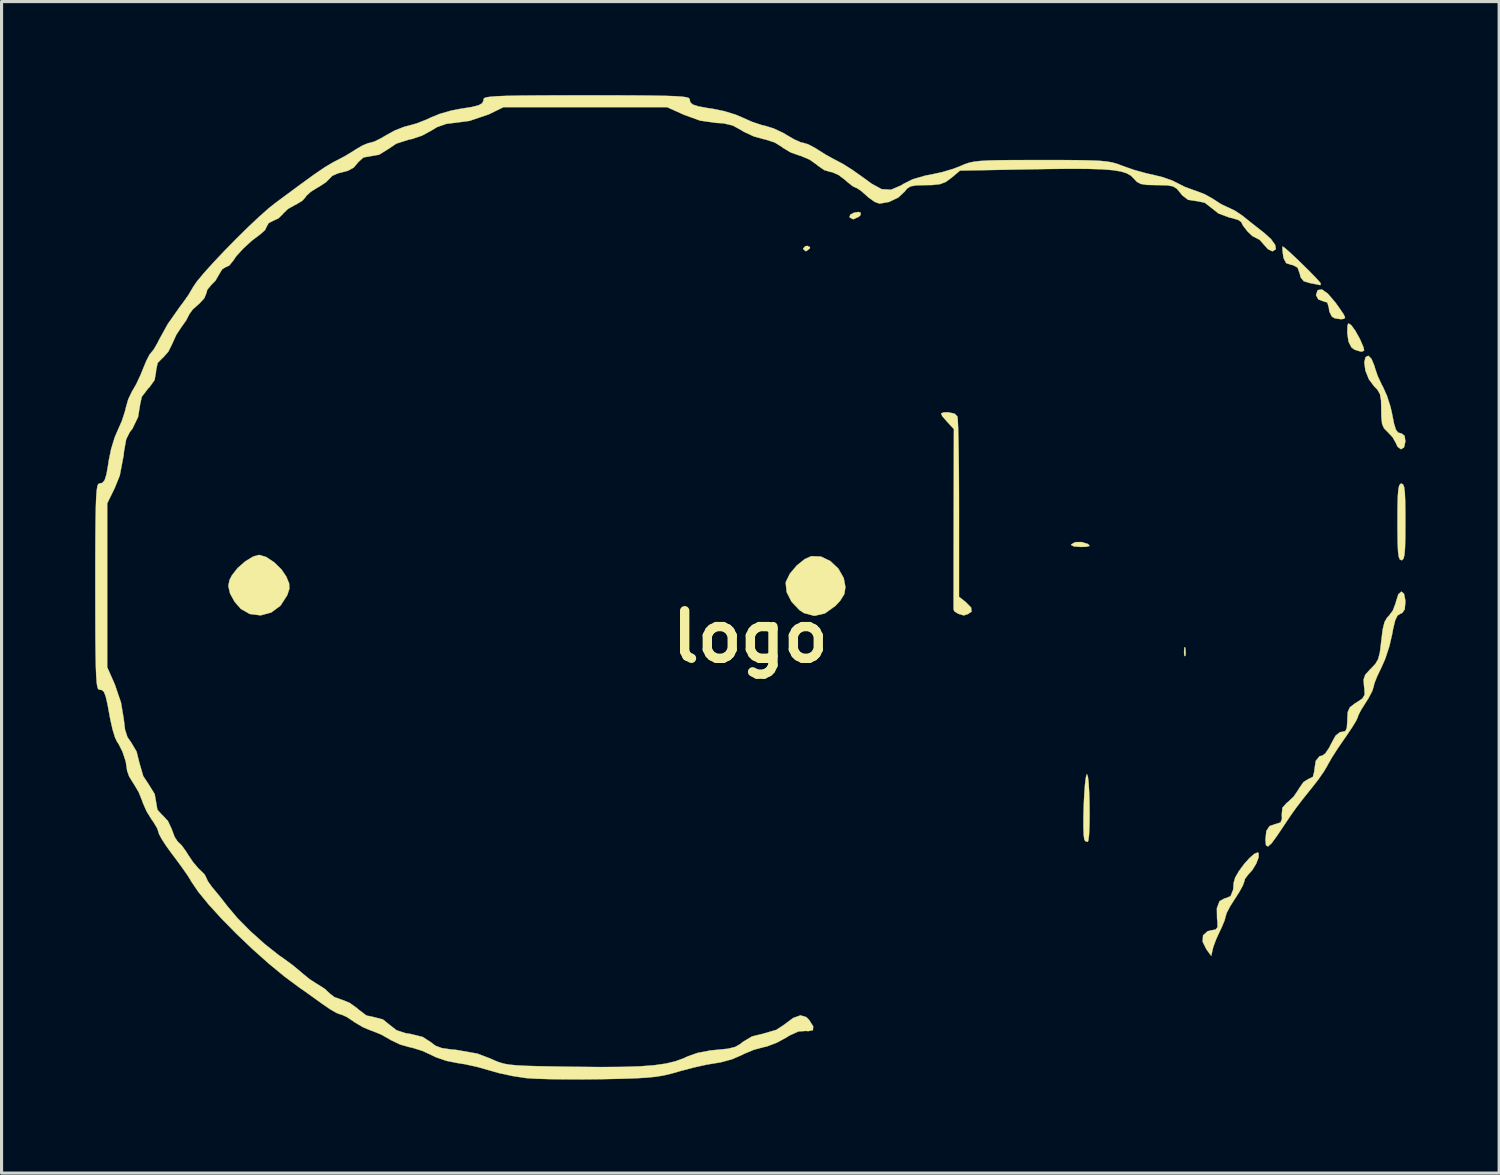
<source format=kicad_pcb>
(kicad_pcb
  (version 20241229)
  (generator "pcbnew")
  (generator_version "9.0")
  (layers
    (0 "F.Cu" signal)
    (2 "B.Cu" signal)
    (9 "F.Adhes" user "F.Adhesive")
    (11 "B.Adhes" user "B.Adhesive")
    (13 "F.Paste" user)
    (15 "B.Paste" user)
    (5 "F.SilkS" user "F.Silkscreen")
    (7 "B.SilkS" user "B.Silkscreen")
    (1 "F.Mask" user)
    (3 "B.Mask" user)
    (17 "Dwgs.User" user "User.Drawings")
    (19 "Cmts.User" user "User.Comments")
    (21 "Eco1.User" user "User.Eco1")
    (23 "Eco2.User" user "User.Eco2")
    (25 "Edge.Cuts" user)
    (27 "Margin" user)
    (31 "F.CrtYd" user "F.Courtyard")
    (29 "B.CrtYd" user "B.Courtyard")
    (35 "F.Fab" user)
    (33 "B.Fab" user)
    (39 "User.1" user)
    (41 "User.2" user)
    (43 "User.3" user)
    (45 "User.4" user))
  (footprint "logo"
    (layer "F.Cu")
    (at 21.002 17.362)
    (property "Reference" "logo" (at 0 0 0) (layer "F.SilkS") (effects (font (size 1.524 1.524) (thickness 0.3))))
    (attr through_hole)
    (fp_poly (pts (xy 1.913 -12.49) (xy 1.905 -12.446) (xy 1.797 -12.365) (xy 1.773 -12.361) (xy 1.696 -12.426) (xy 1.693 -12.446) (xy 1.762 -12.52) (xy 1.825 -12.531) (xy 1.913 -12.49)) (stroke (width 0.01) (type solid)) (fill yes) (layer "F.SilkS"))
    (fp_poly (pts (xy 13.94 0.347) (xy 13.944 0.361) (xy 13.956 0.546) (xy 13.941 0.615) (xy 13.913 0.618) (xy 13.902 0.486) (xy 13.902 0.466) (xy 13.914 0.334) (xy 13.94 0.347)) (stroke (width 0.01) (type solid)) (fill yes) (layer "F.SilkS"))
    (fp_poly (pts (xy 3.539 -13.592) (xy 3.527 -13.509) (xy 3.469 -13.459) (xy 3.298 -13.383) (xy 3.193 -13.435) (xy 3.179 -13.456) (xy 3.205 -13.532) (xy 3.326 -13.596) (xy 3.467 -13.618) (xy 3.539 -13.592)) (stroke (width 0.01) (type solid)) (fill yes) (layer "F.SilkS"))
    (fp_poly (pts (xy 10.819 -2.975) (xy 10.837 -2.963) (xy 10.873 -2.911) (xy 10.765 -2.885) (xy 10.6 -2.88) (xy 10.374 -2.896) (xy 10.283 -2.942) (xy 10.287 -2.963) (xy 10.415 -3.034) (xy 10.619 -3.037) (xy 10.819 -2.975)) (stroke (width 0.01) (type solid)) (fill yes) (layer "F.SilkS"))
    (fp_poly (pts (xy 19.24 -10.005) (xy 19.272 -9.975) (xy 19.391 -9.812) (xy 19.525 -9.573) (xy 19.564 -9.491) (xy 19.655 -9.278) (xy 19.675 -9.177) (xy 19.623 -9.146) (xy 19.56 -9.144) (xy 19.372 -9.201) (xy 19.268 -9.277) (xy 19.175 -9.46) (xy 19.135 -9.733) (xy 19.135 -9.761) (xy 19.141 -9.975) (xy 19.17 -10.047) (xy 19.24 -10.005)) (stroke (width 0.01) (type solid)) (fill yes) (layer "F.SilkS"))
    (fp_poly (pts (xy 18.511 -11) (xy 18.757 -10.712) (xy 18.882 -10.538) (xy 19.02 -10.334) (xy 19.065 -10.231) (xy 19.025 -10.192) (xy 18.93 -10.18) (xy 18.735 -10.209) (xy 18.641 -10.264) (xy 18.561 -10.424) (xy 18.542 -10.558) (xy 18.495 -10.715) (xy 18.37 -10.753) (xy 18.206 -10.814) (xy 18.132 -10.953) (xy 18.183 -11.105) (xy 18.19 -11.112) (xy 18.321 -11.134) (xy 18.511 -11)) (stroke (width 0.01) (type solid)) (fill yes) (layer "F.SilkS"))
    (fp_poly (pts (xy 2.262 -2.572) (xy 2.564 -2.428) (xy 2.82 -2.187) (xy 2.994 -1.882) (xy 3.048 -1.592) (xy 3.012 -1.368) (xy 2.881 -1.156) (xy 2.727 -0.991) (xy 2.39 -0.749) (xy 2.051 -0.671) (xy 1.72 -0.76) (xy 1.576 -0.854) (xy 1.32 -1.124) (xy 1.164 -1.432) (xy 1.134 -1.725) (xy 1.142 -1.766) (xy 1.266 -2.022) (xy 1.485 -2.282) (xy 1.743 -2.49) (xy 1.954 -2.584) (xy 2.262 -2.572)) (stroke (width 0.01) (type solid)) (fill yes) (layer "F.SilkS"))
    (fp_poly (pts (xy 10.82 4.481) (xy 10.844 4.69) (xy 10.861 4.991) (xy 10.872 5.345) (xy 10.875 5.715) (xy 10.87 6.061) (xy 10.857 6.345) (xy 10.835 6.528) (xy 10.816 6.575) (xy 10.735 6.548) (xy 10.707 6.499) (xy 10.686 6.357) (xy 10.676 6.102) (xy 10.677 5.775) (xy 10.687 5.413) (xy 10.704 5.056) (xy 10.727 4.743) (xy 10.754 4.513) (xy 10.784 4.406) (xy 10.79 4.402) (xy 10.82 4.481)) (stroke (width 0.01) (type solid)) (fill yes) (layer "F.SilkS"))
    (fp_poly (pts (xy -15.523 -2.559) (xy -15.265 -2.389) (xy -15.028 -2.157) (xy -14.876 -1.932) (xy -14.784 -1.71) (xy -14.775 -1.541) (xy -14.845 -1.332) (xy -14.846 -1.331) (xy -15.06 -0.999) (xy -15.356 -0.78) (xy -15.696 -0.687) (xy -16.044 -0.73) (xy -16.329 -0.892) (xy -16.528 -1.117) (xy -16.672 -1.377) (xy -16.681 -1.401) (xy -16.733 -1.633) (xy -16.694 -1.824) (xy -16.618 -1.97) (xy -16.434 -2.205) (xy -16.188 -2.42) (xy -15.936 -2.573) (xy -15.748 -2.625) (xy -15.523 -2.559)) (stroke (width 0.01) (type solid)) (fill yes) (layer "F.SilkS"))
    (fp_poly (pts (xy 17.125 -12.471) (xy 17.278 -12.338) (xy 17.487 -12.143) (xy 17.72 -11.918) (xy 17.948 -11.692) (xy 18.138 -11.496) (xy 18.26 -11.36) (xy 18.288 -11.316) (xy 18.267 -11.272) (xy 18.178 -11.292) (xy 17.988 -11.329) (xy 17.95 -11.335) (xy 17.74 -11.398) (xy 17.641 -11.52) (xy 17.611 -11.642) (xy 17.541 -11.835) (xy 17.391 -11.915) (xy 17.344 -11.922) (xy 17.177 -11.977) (xy 17.097 -12.128) (xy 17.079 -12.218) (xy 17.057 -12.41) (xy 17.058 -12.511) (xy 17.059 -12.513) (xy 17.125 -12.471)) (stroke (width 0.01) (type solid)) (fill yes) (layer "F.SilkS"))
    (fp_poly (pts (xy 20.921 -4.887) (xy 20.956 -4.801) (xy 20.979 -4.629) (xy 20.992 -4.346) (xy 20.997 -3.928) (xy 20.997 -3.683) (xy 20.995 -3.195) (xy 20.986 -2.853) (xy 20.968 -2.632) (xy 20.939 -2.509) (xy 20.896 -2.46) (xy 20.87 -2.455) (xy 20.82 -2.479) (xy 20.784 -2.565) (xy 20.762 -2.737) (xy 20.749 -3.02) (xy 20.744 -3.438) (xy 20.743 -3.683) (xy 20.746 -4.171) (xy 20.755 -4.513) (xy 20.773 -4.734) (xy 20.802 -4.857) (xy 20.845 -4.906) (xy 20.87 -4.911) (xy 20.921 -4.887)) (stroke (width 0.01) (type solid)) (fill yes) (layer "F.SilkS"))
    (fp_poly (pts (xy 6.547 -7.152) (xy 6.637 -7.063) (xy 6.65 -6.948) (xy 6.661 -6.686) (xy 6.671 -6.295) (xy 6.679 -5.798) (xy 6.685 -5.216) (xy 6.688 -4.568) (xy 6.689 -4.106) (xy 6.689 -1.282) (xy 6.9 -1.116) (xy 7.076 -0.939) (xy 7.091 -0.808) (xy 6.978 -0.729) (xy 6.855 -0.689) (xy 6.83 -0.687) (xy 6.748 -0.714) (xy 6.668 -0.736) (xy 6.54 -0.816) (xy 6.516 -0.874) (xy 6.516 -0.98) (xy 6.515 -1.234) (xy 6.516 -1.617) (xy 6.516 -2.108) (xy 6.517 -2.686) (xy 6.518 -3.331) (xy 6.519 -3.816) (xy 6.525 -6.657) (xy 6.311 -6.889) (xy 6.152 -7.07) (xy 6.115 -7.161) (xy 6.203 -7.193) (xy 6.341 -7.197) (xy 6.547 -7.152)) (stroke (width 0.01) (type solid)) (fill yes) (layer "F.SilkS"))
    (fp_poly (pts (xy 19.91 -8.91) (xy 20.003 -8.688) (xy 20.029 -8.593) (xy 20.111 -8.357) (xy 20.24 -8.08) (xy 20.283 -8.001) (xy 20.41 -7.717) (xy 20.521 -7.367) (xy 20.566 -7.171) (xy 20.631 -6.84) (xy 20.691 -6.643) (xy 20.761 -6.548) (xy 20.856 -6.52) (xy 20.875 -6.519) (xy 20.971 -6.443) (xy 20.997 -6.265) (xy 20.954 -6.071) (xy 20.854 -6.011) (xy 20.745 -6.093) (xy 20.697 -6.202) (xy 20.59 -6.393) (xy 20.43 -6.563) (xy 20.314 -6.68) (xy 20.251 -6.823) (xy 20.227 -7.045) (xy 20.224 -7.274) (xy 20.217 -7.583) (xy 20.182 -7.78) (xy 20.099 -7.923) (xy 19.991 -8.035) (xy 19.826 -8.257) (xy 19.716 -8.533) (xy 19.68 -8.797) (xy 19.721 -8.965) (xy 19.81 -9.009) (xy 19.91 -8.91)) (stroke (width 0.01) (type solid)) (fill yes) (layer "F.SilkS"))
    (fp_poly (pts (xy 16.292 6.932) (xy 16.293 7.069) (xy 16.215 7.274) (xy 16.086 7.484) (xy 15.965 7.615) (xy 15.855 7.761) (xy 15.833 7.844) (xy 15.787 7.973) (xy 15.669 8.188) (xy 15.536 8.394) (xy 15.379 8.641) (xy 15.272 8.845) (xy 15.24 8.945) (xy 15.203 9.089) (xy 15.11 9.313) (xy 15.057 9.423) (xy 14.933 9.691) (xy 14.842 9.937) (xy 14.824 10.003) (xy 14.774 10.228) (xy 14.621 10.022) (xy 14.498 9.775) (xy 14.512 9.57) (xy 14.655 9.439) (xy 14.763 9.413) (xy 14.916 9.383) (xy 14.976 9.308) (xy 14.973 9.137) (xy 14.96 9.036) (xy 14.955 8.699) (xy 15.04 8.475) (xy 15.206 8.383) (xy 15.234 8.382) (xy 15.394 8.314) (xy 15.478 8.103) (xy 15.494 7.882) (xy 15.54 7.722) (xy 15.659 7.514) (xy 15.821 7.294) (xy 15.996 7.097) (xy 16.154 6.958) (xy 16.266 6.914) (xy 16.292 6.932)) (stroke (width 0.01) (type solid)) (fill yes) (layer "F.SilkS"))
    (fp_poly (pts (xy 20.953 -1.381) (xy 20.996 -1.162) (xy 20.997 -1.111) (xy 20.975 -0.877) (xy 20.895 -0.763) (xy 20.837 -0.74) (xy 20.743 -0.678) (xy 20.67 -0.527) (xy 20.604 -0.254) (xy 20.574 -0.086) (xy 20.483 0.306) (xy 20.35 0.71) (xy 20.226 0.991) (xy 20.096 1.26) (xy 20.006 1.485) (xy 19.98 1.596) (xy 19.934 1.743) (xy 19.817 1.964) (xy 19.726 2.108) (xy 19.583 2.335) (xy 19.491 2.512) (xy 19.472 2.574) (xy 19.425 2.681) (xy 19.3 2.887) (xy 19.122 3.154) (xy 19.048 3.26) (xy 18.835 3.569) (xy 18.648 3.861) (xy 18.52 4.083) (xy 18.501 4.121) (xy 18.383 4.322) (xy 18.194 4.592) (xy 17.973 4.874) (xy 17.965 4.883) (xy 17.725 5.182) (xy 17.494 5.483) (xy 17.329 5.715) (xy 17.136 6.003) (xy 16.939 6.297) (xy 16.894 6.364) (xy 16.711 6.617) (xy 16.592 6.722) (xy 16.529 6.683) (xy 16.511 6.503) (xy 16.541 6.223) (xy 16.642 6.068) (xy 16.841 6) (xy 16.849 5.999) (xy 16.996 5.952) (xy 17.041 5.832) (xy 17.035 5.706) (xy 17.055 5.481) (xy 17.195 5.323) (xy 17.229 5.3) (xy 17.417 5.123) (xy 17.576 4.887) (xy 17.585 4.868) (xy 17.731 4.657) (xy 17.893 4.556) (xy 17.9 4.555) (xy 18.033 4.489) (xy 18.078 4.314) (xy 18.079 4.276) (xy 18.123 3.981) (xy 18.243 3.83) (xy 18.331 3.81) (xy 18.431 3.739) (xy 18.554 3.557) (xy 18.618 3.429) (xy 18.758 3.172) (xy 18.896 3.059) (xy 18.961 3.048) (xy 19.069 3.025) (xy 19.12 2.926) (xy 19.135 2.708) (xy 19.135 2.664) (xy 19.149 2.415) (xy 19.215 2.264) (xy 19.372 2.141) (xy 19.431 2.106) (xy 19.619 1.979) (xy 19.692 1.856) (xy 19.683 1.663) (xy 19.674 1.602) (xy 19.656 1.377) (xy 19.71 1.217) (xy 19.868 1.043) (xy 19.893 1.02) (xy 20.035 0.87) (xy 20.124 0.716) (xy 20.179 0.505) (xy 20.219 0.184) (xy 20.226 0.121) (xy 20.271 -0.241) (xy 20.329 -0.474) (xy 20.414 -0.619) (xy 20.463 -0.665) (xy 20.595 -0.841) (xy 20.688 -1.087) (xy 20.695 -1.122) (xy 20.771 -1.362) (xy 20.867 -1.448) (xy 20.953 -1.381)) (stroke (width 0.01) (type solid)) (fill yes) (layer "F.SilkS"))
    (fp_poly (pts (xy -4.402 -17.356) (xy -3.709 -17.353) (xy -3.156 -17.348) (xy -2.728 -17.34) (xy -2.411 -17.329) (xy -2.188 -17.314) (xy -2.047 -17.294) (xy -1.972 -17.269) (xy -1.947 -17.238) (xy -1.947 -17.235) (xy -1.925 -17.132) (xy -1.838 -17.058) (xy -1.654 -17) (xy -1.343 -16.944) (xy -1.204 -16.924) (xy -0.836 -16.849) (xy -0.47 -16.736) (xy -0.247 -16.641) (xy 0.057 -16.506) (xy 0.367 -16.403) (xy 0.473 -16.379) (xy 0.746 -16.295) (xy 1.054 -16.151) (xy 1.179 -16.076) (xy 1.419 -15.937) (xy 1.621 -15.849) (xy 1.696 -15.833) (xy 1.851 -15.787) (xy 2.069 -15.673) (xy 2.153 -15.62) (xy 2.42 -15.452) (xy 2.685 -15.305) (xy 2.736 -15.281) (xy 2.981 -15.15) (xy 3.28 -14.96) (xy 3.663 -14.689) (xy 3.887 -14.524) (xy 4.207 -14.349) (xy 4.512 -14.331) (xy 4.837 -14.471) (xy 4.906 -14.516) (xy 5.207 -14.666) (xy 5.605 -14.782) (xy 5.767 -14.812) (xy 6.14 -14.892) (xy 6.517 -15.004) (xy 6.741 -15.092) (xy 6.875 -15.15) (xy 7.009 -15.195) (xy 7.165 -15.229) (xy 7.367 -15.252) (xy 7.638 -15.268) (xy 8.001 -15.277) (xy 8.48 -15.281) (xy 9.098 -15.282) (xy 9.313 -15.282) (xy 9.979 -15.282) (xy 10.499 -15.278) (xy 10.898 -15.27) (xy 11.199 -15.257) (xy 11.426 -15.235) (xy 11.604 -15.204) (xy 11.755 -15.161) (xy 11.904 -15.106) (xy 11.938 -15.092) (xy 12.306 -14.963) (xy 12.714 -14.851) (xy 12.896 -14.812) (xy 13.221 -14.732) (xy 13.521 -14.626) (xy 13.658 -14.557) (xy 13.928 -14.422) (xy 14.232 -14.31) (xy 14.266 -14.3) (xy 14.559 -14.189) (xy 14.831 -14.037) (xy 14.859 -14.017) (xy 15.09 -13.868) (xy 15.31 -13.764) (xy 15.325 -13.759) (xy 15.53 -13.661) (xy 15.764 -13.505) (xy 15.806 -13.472) (xy 16.034 -13.289) (xy 16.314 -13.069) (xy 16.462 -12.954) (xy 16.69 -12.748) (xy 16.822 -12.563) (xy 16.846 -12.426) (xy 16.752 -12.363) (xy 16.724 -12.361) (xy 16.591 -12.426) (xy 16.46 -12.573) (xy 16.326 -12.725) (xy 16.21 -12.785) (xy 16.09 -12.847) (xy 15.934 -12.997) (xy 15.794 -13.178) (xy 15.732 -13.299) (xy 15.638 -13.363) (xy 15.439 -13.422) (xy 15.366 -13.436) (xy 15.003 -13.571) (xy 14.804 -13.73) (xy 14.566 -13.915) (xy 14.287 -13.97) (xy 14.277 -13.97) (xy 14.03 -14.008) (xy 13.846 -14.15) (xy 13.787 -14.224) (xy 13.674 -14.36) (xy 13.555 -14.436) (xy 13.377 -14.47) (xy 13.091 -14.478) (xy 13.029 -14.478) (xy 12.713 -14.485) (xy 12.515 -14.516) (xy 12.388 -14.585) (xy 12.297 -14.683) (xy 12.201 -14.78) (xy 12.068 -14.856) (xy 11.882 -14.915) (xy 11.624 -14.957) (xy 11.278 -14.985) (xy 10.825 -14.999) (xy 10.249 -15.002) (xy 9.532 -14.995) (xy 9.012 -14.986) (xy 6.721 -14.944) (xy 6.444 -14.711) (xy 6.262 -14.578) (xy 6.076 -14.508) (xy 5.821 -14.481) (xy 5.626 -14.478) (xy 5.321 -14.471) (xy 5.136 -14.438) (xy 5.022 -14.366) (xy 4.949 -14.273) (xy 4.743 -14.08) (xy 4.445 -13.939) (xy 4.139 -13.885) (xy 3.985 -13.942) (xy 3.788 -14.082) (xy 3.725 -14.139) (xy 3.547 -14.296) (xy 3.411 -14.386) (xy 3.383 -14.393) (xy 3.276 -14.447) (xy 3.105 -14.583) (xy 3.035 -14.647) (xy 2.822 -14.807) (xy 2.617 -14.895) (xy 2.566 -14.901) (xy 2.372 -14.959) (xy 2.164 -15.102) (xy 2.139 -15.126) (xy 1.903 -15.294) (xy 1.616 -15.416) (xy 1.571 -15.427) (xy 1.291 -15.527) (xy 1.047 -15.673) (xy 1.016 -15.7) (xy 0.781 -15.845) (xy 0.477 -15.943) (xy 0.423 -15.953) (xy 0.104 -16.042) (xy -0.215 -16.192) (xy -0.285 -16.236) (xy -0.561 -16.388) (xy -0.861 -16.459) (xy -1.092 -16.473) (xy -1.609 -16.546) (xy -2.119 -16.73) (xy -2.667 -16.976) (xy -7.916 -16.976) (xy -8.382 -16.748) (xy -9.003 -16.537) (xy -9.37 -16.489) (xy -9.749 -16.442) (xy -10.041 -16.338) (xy -10.232 -16.223) (xy -10.524 -16.065) (xy -10.844 -15.957) (xy -10.937 -15.94) (xy -11.35 -15.808) (xy -11.581 -15.651) (xy -11.898 -15.454) (xy -12.151 -15.409) (xy -12.403 -15.365) (xy -12.571 -15.212) (xy -12.579 -15.201) (xy -12.716 -15.039) (xy -12.903 -14.937) (xy -13.199 -14.861) (xy -13.218 -14.857) (xy -13.402 -14.775) (xy -13.483 -14.691) (xy -13.601 -14.573) (xy -13.807 -14.436) (xy -13.879 -14.396) (xy -14.093 -14.263) (xy -14.235 -14.131) (xy -14.255 -14.097) (xy -14.362 -13.977) (xy -14.561 -13.857) (xy -14.601 -13.839) (xy -14.82 -13.716) (xy -14.969 -13.575) (xy -14.981 -13.557) (xy -15.126 -13.413) (xy -15.28 -13.343) (xy -15.44 -13.261) (xy -15.494 -13.166) (xy -15.559 -13.035) (xy -15.706 -12.904) (xy -15.98 -12.697) (xy -16.255 -12.445) (xy -16.479 -12.2) (xy -16.586 -12.044) (xy -16.707 -11.898) (xy -16.811 -11.853) (xy -16.93 -11.782) (xy -17.024 -11.626) (xy -17.147 -11.413) (xy -17.276 -11.282) (xy -17.407 -11.127) (xy -17.441 -11.004) (xy -17.505 -10.85) (xy -17.663 -10.68) (xy -17.694 -10.655) (xy -17.877 -10.49) (xy -17.99 -10.331) (xy -17.997 -10.314) (xy -18.084 -10.144) (xy -18.228 -9.94) (xy -18.239 -9.927) (xy -18.401 -9.68) (xy -18.529 -9.398) (xy -18.534 -9.384) (xy -18.656 -9.14) (xy -18.821 -8.953) (xy -18.843 -8.937) (xy -18.998 -8.779) (xy -19.049 -8.543) (xy -19.05 -8.499) (xy -19.096 -8.232) (xy -19.259 -8.003) (xy -19.304 -7.959) (xy -19.507 -7.694) (xy -19.558 -7.465) (xy -19.626 -7.046) (xy -19.808 -6.668) (xy -19.892 -6.562) (xy -20.007 -6.332) (xy -20.077 -5.945) (xy -20.087 -5.83) (xy -20.213 -5.168) (xy -20.373 -4.772) (xy -20.616 -4.276) (xy -20.616 0.974) (xy -20.373 1.524) (xy -20.174 2.106) (xy -20.087 2.625) (xy -20.044 2.976) (xy -19.968 3.214) (xy -19.845 3.391) (xy -19.674 3.68) (xy -19.588 4.026) (xy -19.461 4.466) (xy -19.291 4.723) (xy -19.094 5.041) (xy -19.05 5.293) (xy -19.007 5.544) (xy -18.854 5.713) (xy -18.839 5.722) (xy -18.668 5.908) (xy -18.544 6.172) (xy -18.54 6.187) (xy -18.456 6.413) (xy -18.359 6.563) (xy -18.337 6.58) (xy -18.226 6.69) (xy -18.082 6.89) (xy -18.024 6.985) (xy -17.858 7.231) (xy -17.683 7.434) (xy -17.634 7.478) (xy -17.494 7.617) (xy -17.441 7.721) (xy -17.39 7.835) (xy -17.262 8.015) (xy -17.209 8.079) (xy -16.994 8.338) (xy -16.782 8.61) (xy -16.764 8.634) (xy -16.444 9.014) (xy -16.029 9.434) (xy -15.568 9.848) (xy -15.113 10.208) (xy -14.939 10.329) (xy -14.671 10.525) (xy -14.414 10.738) (xy -14.372 10.776) (xy -14.132 10.972) (xy -13.88 11.136) (xy -13.855 11.149) (xy -13.642 11.285) (xy -13.49 11.426) (xy -13.485 11.433) (xy -13.333 11.55) (xy -13.107 11.631) (xy -13.098 11.633) (xy -12.851 11.731) (xy -12.609 11.903) (xy -12.572 11.939) (xy -12.306 12.14) (xy -12.065 12.192) (xy -11.777 12.267) (xy -11.568 12.435) (xy -11.343 12.611) (xy -11.055 12.706) (xy -10.903 12.729) (xy -10.505 12.826) (xy -10.252 12.989) (xy -10.093 13.109) (xy -9.893 13.183) (xy -9.599 13.227) (xy -9.44 13.24) (xy -8.748 13.362) (xy -8.34 13.517) (xy -8.182 13.588) (xy -8.04 13.644) (xy -7.889 13.686) (xy -7.706 13.717) (xy -7.467 13.739) (xy -7.149 13.755) (xy -6.727 13.766) (xy -6.179 13.776) (xy -5.644 13.784) (xy -4.802 13.792) (xy -4.108 13.787) (xy -3.541 13.769) (xy -3.082 13.734) (xy -2.71 13.681) (xy -2.404 13.608) (xy -2.144 13.514) (xy -2.012 13.452) (xy -1.694 13.339) (xy -1.278 13.26) (xy -1.072 13.24) (xy -0.721 13.205) (xy -0.488 13.148) (xy -0.32 13.053) (xy -0.25 12.992) (xy 0.055 12.81) (xy 0.385 12.73) (xy 0.835 12.599) (xy 1.074 12.441) (xy 1.374 12.218) (xy 1.606 12.135) (xy 1.791 12.19) (xy 1.879 12.275) (xy 2.014 12.487) (xy 2.006 12.609) (xy 1.854 12.641) (xy 1.78 12.634) (xy 1.54 12.651) (xy 1.255 12.781) (xy 1.147 12.849) (xy 0.852 13.009) (xy 0.541 13.128) (xy 0.415 13.157) (xy 0.112 13.238) (xy -0.207 13.371) (xy -0.286 13.412) (xy -0.584 13.541) (xy -0.939 13.638) (xy -1.101 13.665) (xy -1.407 13.716) (xy -1.8 13.803) (xy -2.204 13.909) (xy -2.286 13.933) (xy -2.546 14.007) (xy -2.788 14.063) (xy -3.042 14.104) (xy -3.34 14.133) (xy -3.714 14.154) (xy -4.196 14.169) (xy -4.784 14.181) (xy -5.364 14.187) (xy -5.931 14.186) (xy -6.447 14.179) (xy -6.873 14.166) (xy -7.173 14.147) (xy -7.197 14.144) (xy -7.612 14.081) (xy -8.055 13.986) (xy -8.379 13.894) (xy -8.752 13.788) (xy -9.147 13.701) (xy -9.395 13.662) (xy -9.739 13.594) (xy -10.079 13.477) (xy -10.213 13.412) (xy -10.515 13.273) (xy -10.838 13.172) (xy -10.917 13.157) (xy -11.227 13.069) (xy -11.523 12.928) (xy -11.559 12.905) (xy -11.829 12.752) (xy -12.111 12.637) (xy -12.141 12.629) (xy -12.406 12.52) (xy -12.681 12.359) (xy -12.724 12.327) (xy -12.931 12.19) (xy -13.098 12.113) (xy -13.134 12.107) (xy -13.26 12.06) (xy -13.474 11.936) (xy -13.718 11.77) (xy -14.008 11.561) (xy -14.287 11.361) (xy -14.46 11.241) (xy -14.928 10.894) (xy -15.435 10.477) (xy -15.957 10.012) (xy -16.468 9.525) (xy -16.946 9.04) (xy -17.364 8.581) (xy -17.699 8.171) (xy -17.926 7.835) (xy -17.947 7.796) (xy -18.047 7.636) (xy -18.221 7.388) (xy -18.435 7.097) (xy -18.51 6.999) (xy -18.715 6.718) (xy -18.872 6.477) (xy -18.957 6.315) (xy -18.965 6.28) (xy -19.014 6.138) (xy -19.135 5.935) (xy -19.185 5.866) (xy -19.352 5.598) (xy -19.477 5.313) (xy -19.49 5.269) (xy -19.604 4.985) (xy -19.766 4.711) (xy -19.778 4.695) (xy -19.911 4.48) (xy -19.979 4.288) (xy -19.981 4.259) (xy -20.022 3.995) (xy -20.122 3.691) (xy -20.25 3.435) (xy -20.295 3.374) (xy -20.365 3.228) (xy -20.445 2.965) (xy -20.519 2.634) (xy -20.536 2.542) (xy -20.607 2.157) (xy -20.664 1.909) (xy -20.719 1.769) (xy -20.786 1.707) (xy -20.875 1.693) (xy -20.875 1.693) (xy -20.907 1.673) (xy -20.932 1.604) (xy -20.953 1.469) (xy -20.968 1.255) (xy -20.98 0.948) (xy -20.988 0.531) (xy -20.994 -0.009) (xy -20.996 -0.688) (xy -20.997 -1.52) (xy -20.997 -1.609) (xy -20.997 -2.456) (xy -20.994 -3.149) (xy -20.989 -3.702) (xy -20.981 -4.13) (xy -20.97 -4.447) (xy -20.954 -4.67) (xy -20.934 -4.811) (xy -20.909 -4.886) (xy -20.879 -4.911) (xy -20.875 -4.911) (xy -20.772 -4.933) (xy -20.698 -5.02) (xy -20.64 -5.204) (xy -20.585 -5.515) (xy -20.565 -5.654) (xy -20.489 -6.022) (xy -20.377 -6.388) (xy -20.282 -6.611) (xy -20.147 -6.915) (xy -20.046 -7.224) (xy -20.022 -7.331) (xy -19.941 -7.615) (xy -19.819 -7.869) (xy -19.804 -7.891) (xy -19.683 -8.101) (xy -19.547 -8.393) (xy -19.468 -8.588) (xy -19.36 -8.849) (xy -19.261 -9.041) (xy -19.207 -9.109) (xy -19.121 -9.214) (xy -19.006 -9.414) (xy -18.957 -9.513) (xy -18.674 -10.026) (xy -18.27 -10.601) (xy -18.186 -10.71) (xy -18.013 -10.956) (xy -17.867 -11.201) (xy -17.863 -11.21) (xy -17.74 -11.39) (xy -17.517 -11.658) (xy -17.217 -11.991) (xy -16.867 -12.362) (xy -16.489 -12.747) (xy -16.11 -13.121) (xy -15.752 -13.458) (xy -15.442 -13.733) (xy -15.24 -13.894) (xy -14.933 -14.122) (xy -14.636 -14.341) (xy -14.41 -14.508) (xy -14.393 -14.52) (xy -13.962 -14.833) (xy -13.63 -15.058) (xy -13.366 -15.214) (xy -13.235 -15.281) (xy -12.985 -15.413) (xy -12.709 -15.582) (xy -12.651 -15.62) (xy -12.428 -15.751) (xy -12.241 -15.826) (xy -12.195 -15.833) (xy -12.045 -15.877) (xy -11.82 -15.99) (xy -11.677 -16.076) (xy -11.387 -16.234) (xy -11.086 -16.351) (xy -10.972 -16.379) (xy -10.691 -16.457) (xy -10.372 -16.583) (xy -10.252 -16.641) (xy -9.952 -16.763) (xy -9.578 -16.87) (xy -9.295 -16.924) (xy -8.934 -16.981) (xy -8.711 -17.037) (xy -8.594 -17.104) (xy -8.553 -17.196) (xy -8.551 -17.235) (xy -8.531 -17.266) (xy -8.462 -17.292) (xy -8.327 -17.312) (xy -8.113 -17.328) (xy -7.806 -17.34) (xy -7.389 -17.348) (xy -6.849 -17.353) (xy -6.17 -17.356) (xy -5.338 -17.357) (xy -5.249 -17.357) (xy -4.402 -17.356)) (stroke (width 0.01) (type solid)) (fill yes) (layer "F.SilkS")))
  (gr_rect
    (start -3 -3)
    (end 45.005 34.554)
    (stroke (width 0.1) (type default))
    (fill no)
    (layer "Edge.Cuts")))
</source>
